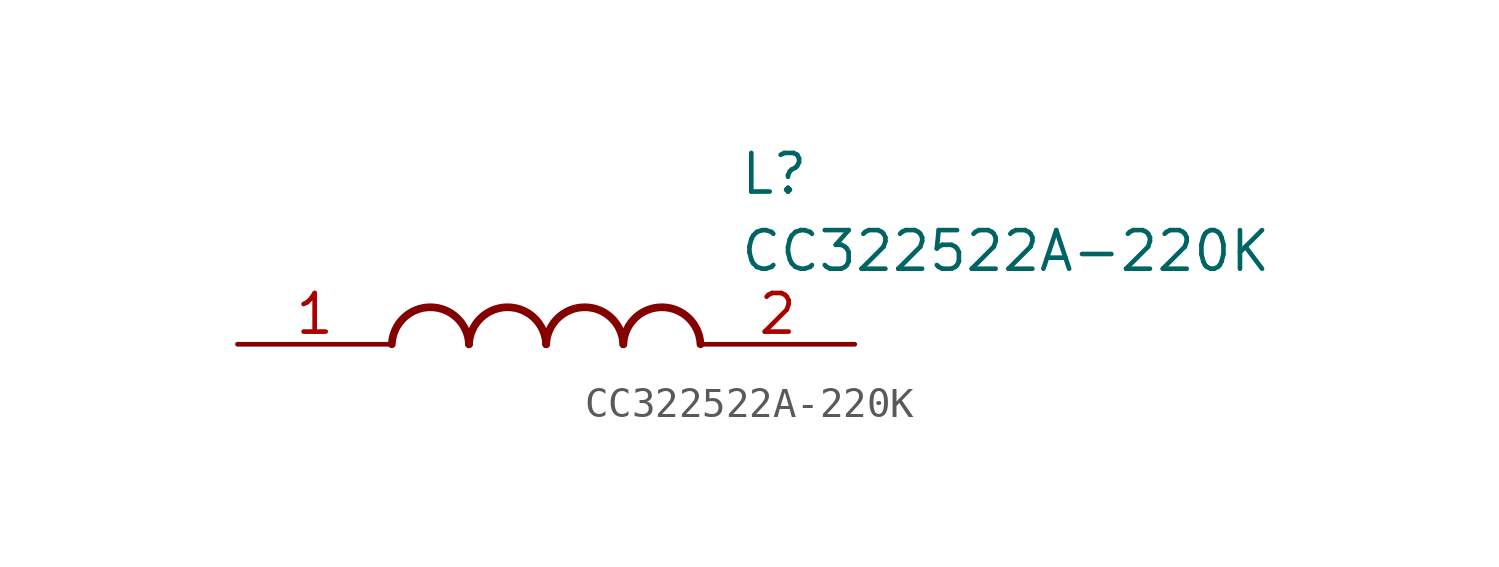
<source format=kicad_sym>
(kicad_symbol_lib
  (version 20211014)
  (generator SamacSys_ECAD_Model)
  (symbol "CC322522A-220K"
    (pin_names hide)
    (property "Reference" "L"
      (at 16.51 6.35 0)
      (effects (font (size 1.27 1.27)) (justify left top)))
    (property "Value" "CC322522A-220K"
      (at 16.51 3.81 0)
      (effects (font (size 1.27 1.27)) (justify left top)))
    (arc
      (start 7.62 0)
      (mid 6.35 1.219)
      (end 5.08 0)
      (stroke (width 0.254) (type default))
      (fill (type none)))
    (arc
      (start 10.16 0)
      (mid 8.89 1.219)
      (end 7.62 0)
      (stroke (width 0.254) (type default))
      (fill (type none)))
    (arc
      (start 12.7 0)
      (mid 11.43 1.219)
      (end 10.16 0)
      (stroke (width 0.254) (type default))
      (fill (type none)))
    (arc
      (start 15.24 0)
      (mid 13.97 1.219)
      (end 12.7 0)
      (stroke (width 0.254) (type default))
      (fill (type none)))
    (pin passive line
      (at 0 0 0)
      (length 5.08)
      (name "1" (effects (font (size 1.27 1.27))))
      (number "1" (effects (font (size 1.27 1.27)))))
    (pin passive line
      (at 20.32 0 180)
      (length 5.08)
      (name "2" (effects (font (size 1.27 1.27))))
      (number "2" (effects (font (size 1.27 1.27)))))))
</source>
